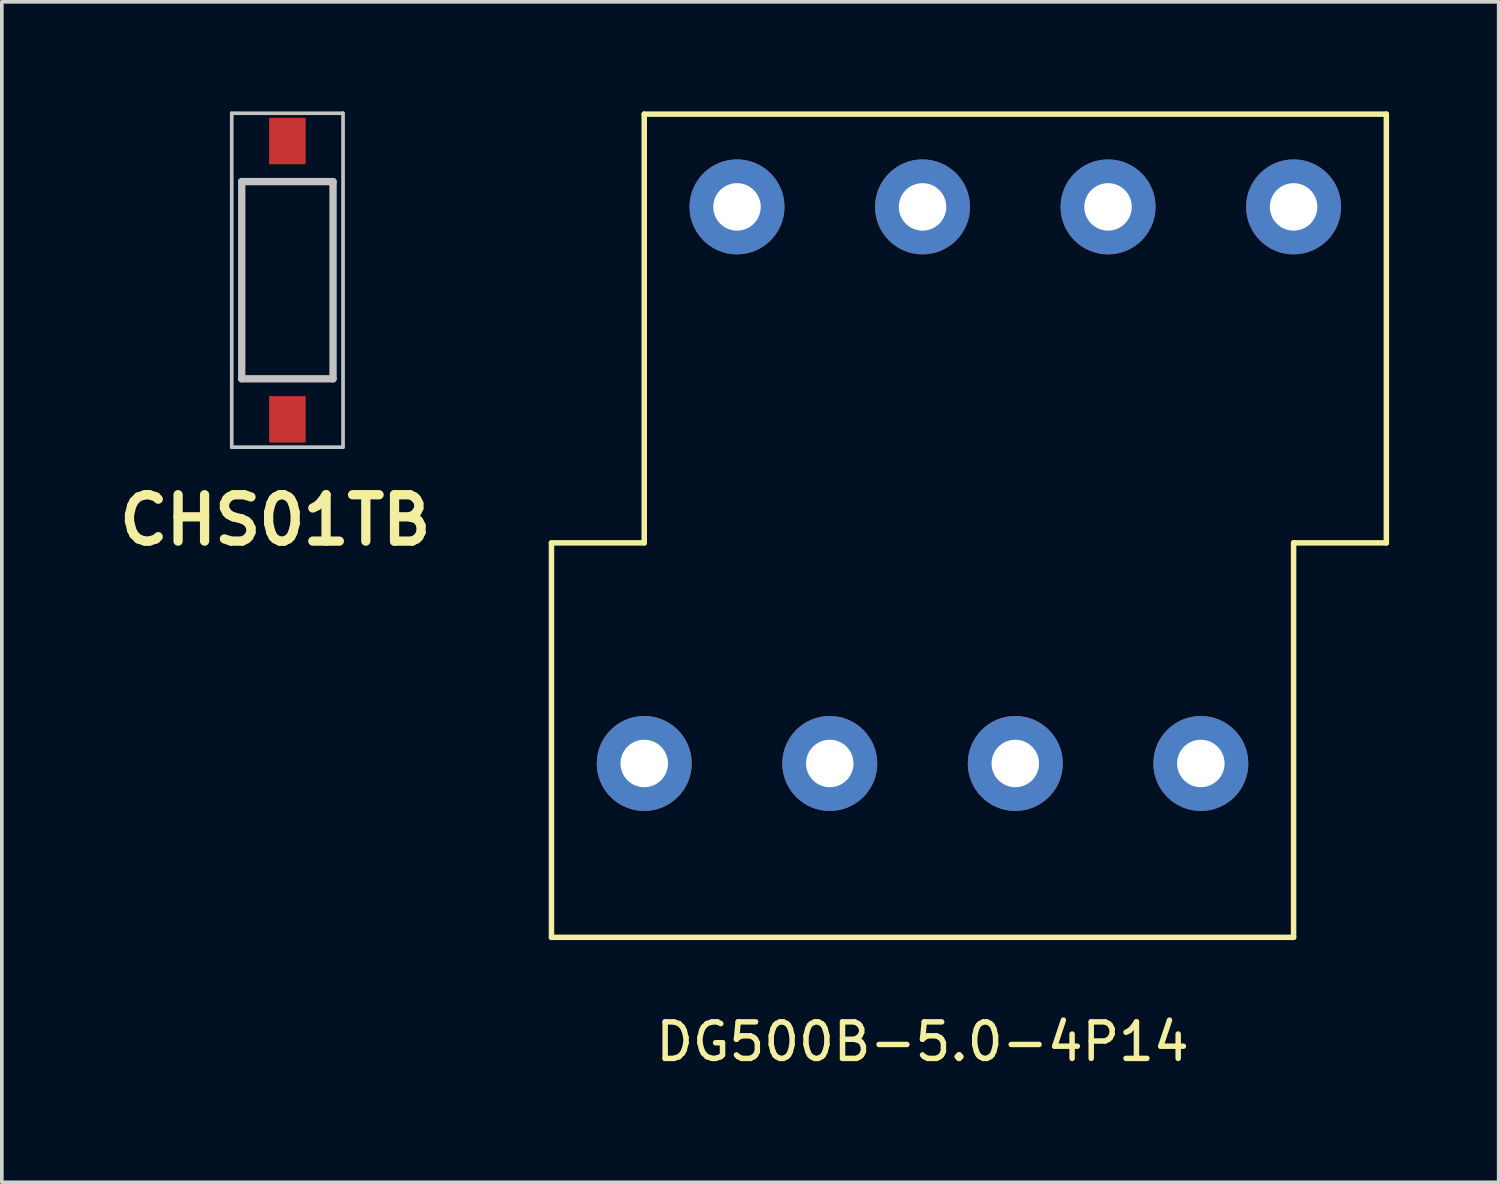
<source format=kicad_pcb>
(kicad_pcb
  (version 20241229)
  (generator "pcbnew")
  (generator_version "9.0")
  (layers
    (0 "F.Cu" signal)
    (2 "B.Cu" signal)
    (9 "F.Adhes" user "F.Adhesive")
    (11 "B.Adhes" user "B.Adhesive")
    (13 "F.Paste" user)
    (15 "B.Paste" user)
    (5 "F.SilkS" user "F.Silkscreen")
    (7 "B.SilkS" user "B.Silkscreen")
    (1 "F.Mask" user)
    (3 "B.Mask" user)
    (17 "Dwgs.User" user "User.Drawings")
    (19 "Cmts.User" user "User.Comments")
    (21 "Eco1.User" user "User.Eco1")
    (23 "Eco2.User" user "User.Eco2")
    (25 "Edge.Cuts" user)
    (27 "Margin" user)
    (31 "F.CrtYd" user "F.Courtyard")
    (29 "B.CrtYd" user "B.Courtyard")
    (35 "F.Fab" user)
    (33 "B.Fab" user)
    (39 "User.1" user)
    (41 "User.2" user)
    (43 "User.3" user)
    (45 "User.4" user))
  (footprint "CHS01TB"
    (layer "F.Cu")
    (at 4.819 4.622)
    (property "Reference" "CHS01TB" (at -0.332 6.57 0) (layer "F.SilkS") (effects (font (size 1.27 1.27) (thickness 0.254))))
    (attr smd)
    (fp_line (start -1.25 -2.7) (end 1.25 -2.7) (stroke (width 0.1) (type solid)) (layer "F.SilkS"))
    (fp_line (start -1.25 2.7) (end -1.25 -2.7) (stroke (width 0.1) (type solid)) (layer "F.SilkS"))
    (fp_line (start 1.25 -2.7) (end 1.25 2.7) (stroke (width 0.1) (type solid)) (layer "F.SilkS"))
    (fp_line (start 1.25 2.7) (end -1.25 2.7) (stroke (width 0.1) (type solid)) (layer "F.SilkS"))
    (fp_line (start -1.524 -4.572) (end 1.524 -4.572) (stroke (width 0.1) (type solid)) (layer "Dwgs.User"))
    (fp_line (start -1.524 4.572) (end -1.524 -4.572) (stroke (width 0.1) (type solid)) (layer "Dwgs.User"))
    (fp_line (start -1.25 -2.7) (end 1.25 -2.7) (stroke (width 0.2) (type solid)) (layer "Dwgs.User"))
    (fp_line (start -1.25 2.7) (end -1.25 -2.7) (stroke (width 0.2) (type solid)) (layer "Dwgs.User"))
    (fp_line (start 1.25 -2.7) (end 1.25 2.7) (stroke (width 0.2) (type solid)) (layer "Dwgs.User"))
    (fp_line (start 1.25 2.7) (end -1.25 2.7) (stroke (width 0.2) (type solid)) (layer "Dwgs.User"))
    (fp_line (start 1.524 -4.572) (end 1.524 4.572) (stroke (width 0.1) (type solid)) (layer "Dwgs.User"))
    (fp_line (start 1.524 4.572) (end -1.524 4.572) (stroke (width 0.1) (type solid)) (layer "Dwgs.User"))
    (pad "1" smd rect (at 0 3.81) (size 1 1.27) (layers "F.Cu" "F.Mask" "F.Paste"))
    (pad "2" smd rect (at 0 -3.81) (size 1 1.27) (layers "F.Cu" "F.Mask" "F.Paste")))
  (footprint "DG500B-5.0-4P14"
    (layer "F.Cu")
    (at 19.67 2.615)
    (property "Reference" "DG500B-5.0-4P14" (at 2.54 22.86 180) (layer "F.SilkS") (effects (font (size 1 1) (thickness 0.15))))
    (attr through_hole)
    (fp_line (start -7.62 9.2) (end -5.08 9.2) (stroke (width 0.15) (type solid)) (layer "F.SilkS"))
    (fp_line (start -7.62 20) (end -7.62 9.2) (stroke (width 0.15) (type solid)) (layer "F.SilkS"))
    (fp_line (start -5.08 -2.54) (end 15.24 -2.54) (stroke (width 0.15) (type solid)) (layer "F.SilkS"))
    (fp_line (start -5.08 9.2) (end -5.08 -2.54) (stroke (width 0.15) (type solid)) (layer "F.SilkS"))
    (fp_line (start 12.7 9.2) (end 12.7 20) (stroke (width 0.15) (type solid)) (layer "F.SilkS"))
    (fp_line (start 12.7 20) (end -7.62 20) (stroke (width 0.15) (type solid)) (layer "F.SilkS"))
    (fp_line (start 15.24 9.2) (end 12.7 9.2) (stroke (width 0.15) (type solid)) (layer "F.SilkS"))
    (fp_line (start 15.24 9.2) (end 15.24 -2.54) (stroke (width 0.15) (type solid)) (layer "F.SilkS"))
    (pad "1" thru_hole circle (at -5.08 15.24) (size 2.6 2.6) (drill 1.3) (layers "*.Cu" "*.Mask"))
    (pad "2" thru_hole circle (at -2.54 0) (size 2.6 2.6) (drill 1.3) (layers "*.Cu" "*.Mask"))
    (pad "3" thru_hole circle (at 0 15.24) (size 2.6 2.6) (drill 1.3) (layers "*.Cu" "*.Mask"))
    (pad "4" thru_hole circle (at 2.54 0) (size 2.6 2.6) (drill 1.3) (layers "*.Cu" "*.Mask"))
    (pad "5" thru_hole circle (at 5.08 15.24) (size 2.6 2.6) (drill 1.3) (layers "*.Cu" "*.Mask"))
    (pad "6" thru_hole circle (at 7.62 0) (size 2.6 2.6) (drill 1.3) (layers "*.Cu" "*.Mask"))
    (pad "7" thru_hole circle (at 10.16 15.24) (size 2.6 2.6) (drill 1.3) (layers "*.Cu" "*.Mask"))
    (pad "8" thru_hole circle (at 12.7 0) (size 2.6 2.6) (drill 1.3) (layers "*.Cu" "*.Mask")))
  (gr_rect
    (start -3 -3)
    (end 37.985 29.323)
    (stroke (width 0.1) (type default))
    (fill no)
    (layer "Edge.Cuts")))
</source>
